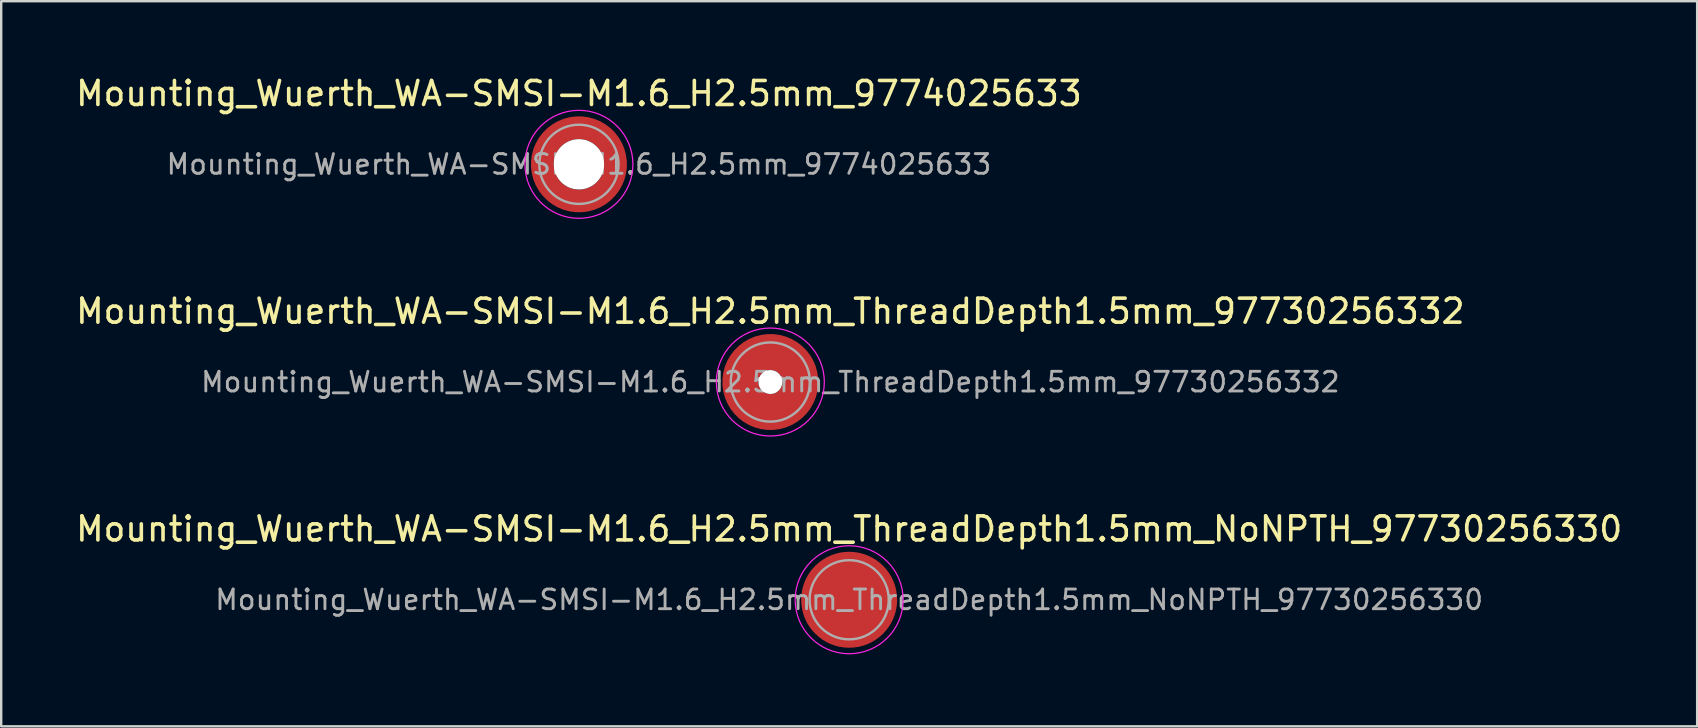
<source format=kicad_pcb>
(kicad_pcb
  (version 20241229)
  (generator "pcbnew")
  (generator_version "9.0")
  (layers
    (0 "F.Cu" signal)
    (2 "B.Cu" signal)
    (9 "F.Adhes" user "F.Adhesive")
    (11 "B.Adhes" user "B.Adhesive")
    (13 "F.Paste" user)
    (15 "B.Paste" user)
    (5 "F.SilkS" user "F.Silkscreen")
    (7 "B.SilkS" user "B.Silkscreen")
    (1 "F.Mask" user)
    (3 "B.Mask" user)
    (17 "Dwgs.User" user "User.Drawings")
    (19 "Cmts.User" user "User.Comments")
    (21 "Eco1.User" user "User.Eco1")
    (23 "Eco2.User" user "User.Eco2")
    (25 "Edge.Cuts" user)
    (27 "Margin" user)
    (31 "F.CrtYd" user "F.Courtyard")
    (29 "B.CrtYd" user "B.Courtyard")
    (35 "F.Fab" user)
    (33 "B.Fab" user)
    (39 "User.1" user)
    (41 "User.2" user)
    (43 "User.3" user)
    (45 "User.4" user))
  (footprint "Mounting_Wuerth_WA-SMSI-M1.6_H2.5mm_ThreadDepth1.5mm_97730256332"
    (layer "F.Cu")
    (at 29.054 12.871)
    (property "Reference" "Mounting_Wuerth_WA-SMSI-M1.6_H2.5mm_ThreadDepth1.5mm_97730256332" (at 0 -2.95 0) (layer "F.SilkS") (effects (font (size 1 1) (thickness 0.15))))
    (attr smd allow_soldermask_bridges)
    (fp_circle (center 0 0) (end 2.25 0) (stroke (width 0.05) (type solid)) (fill no) (layer "F.CrtYd"))
    (fp_circle (center 0 0) (end 1.65 0) (stroke (width 0.1) (type solid)) (fill no) (layer "F.Fab"))
    (fp_text user "${REFERENCE}" (at 0 0 0) (layer "F.Fab") (effects (font (size 0.82 0.82) (thickness 0.12))))
    (pad "" smd custom (at 0 -1.25) (size 0.65 0.65) (layers "F.Paste") (options (anchor circle)) (primitives (gr_arc (start -0.259808 0.6) (mid 0.392514 0.670403) (end 0.7 1.25) (width 0.2)) (gr_arc (start -0.466369 0.6) (mid 0.365311 0.538278) (end 0.8 1.25) (width 0.2)) (gr_arc (start -0.622495 0.6) (mid 0.35338 0.422279) (end 0.9 1.25) (width 0.2)) (gr_arc (start -0.759934 0.6) (mid 0.346458 0.311934) (end 1 1.25) (width 0.2)) (gr_arc (start -0.887412 0.6) (mid 0.341941 0.204497) (end 1.1 1.25) (width 0.2)) (gr_arc (start -1.008712 0.6) (mid 0.338781 0.098815) (end 1.2 1.25) (width 0.2)) (gr_arc (start -1.125833 0.6) (mid 0.336465 -0.005704) (end 1.3 1.25) (width 0.2)) (gr_arc (start -1.23996 0.6) (mid 0.334706 -0.109401) (end 1.4 1.25) (width 0.2)) (gr_arc (start -1.351851 0.6) (mid 0.333335 -0.212494) (end 1.5 1.25) (width 0.2)) (gr_arc (start -1.462019 0.6) (mid 0.332242 -0.315125) (end 1.6 1.25) (width 0.2)) (gr_arc (start -1.570828 0.6) (mid 0.331355 -0.417394) (end 1.7 1.25) (width 0.2)) (gr_arc (start -1.678541 0.6) (mid 0.330625 -0.519375) (end 1.8 1.25) (width 0.2)) (gr_line (start 0.7 1.25) (end 1.8 1.25) (width 0.2)) (gr_line (start -0.26 0.6) (end -1.679 0.6) (width 0.2))))
    (pad "" np_thru_hole circle (at 0 0) (size 1 1) (drill 1) (layers "*.Cu" "*.Mask"))
    (pad "" smd custom (at 0 1.25) (size 0.65 0.65) (layers "F.Paste") (options (anchor circle)) (primitives (gr_arc (start 0.259808 -0.6) (mid -0.392514 -0.670403) (end -0.7 -1.25) (width 0.2)) (gr_arc (start 0.466369 -0.6) (mid -0.365311 -0.538278) (end -0.8 -1.25) (width 0.2)) (gr_arc (start 0.622495 -0.6) (mid -0.35338 -0.422279) (end -0.9 -1.25) (width 0.2)) (gr_arc (start 0.759934 -0.6) (mid -0.346458 -0.311934) (end -1 -1.25) (width 0.2)) (gr_arc (start 0.887412 -0.6) (mid -0.341941 -0.204497) (end -1.1 -1.25) (width 0.2)) (gr_arc (start 1.008712 -0.6) (mid -0.338781 -0.098815) (end -1.2 -1.25) (width 0.2)) (gr_arc (start 1.125833 -0.6) (mid -0.336465 0.005704) (end -1.3 -1.25) (width 0.2)) (gr_arc (start 1.23996 -0.6) (mid -0.334706 0.109401) (end -1.4 -1.25) (width 0.2)) (gr_arc (start 1.351851 -0.6) (mid -0.333335 0.212494) (end -1.5 -1.25) (width 0.2)) (gr_arc (start 1.462019 -0.6) (mid -0.332242 0.315125) (end -1.6 -1.25) (width 0.2)) (gr_arc (start 1.570828 -0.6) (mid -0.331355 0.417394) (end -1.7 -1.25) (width 0.2)) (gr_arc (start 1.678541 -0.6) (mid -0.330625 0.519375) (end -1.8 -1.25) (width 0.2)) (gr_line (start -0.7 -1.25) (end -1.8 -1.25) (width 0.2)) (gr_line (start 0.26 -0.6) (end 1.679 -0.6) (width 0.2))))
    (pad "1" smd circle (at -1.25 0) (size 0.992 0.992) (layers "F.Cu"))
    (pad "1" smd circle (at 0 -1.25) (size 0.992 0.992) (layers "F.Cu"))
    (pad "1" smd circle (at 0 1.25) (size 0.992 0.992) (layers "F.Cu"))
    (pad "1" smd custom (at 1.25 0) (size 1.5 1.5) (layers "F.Cu" "F.Mask") (options (anchor circle)) (primitives (gr_circle (center -1.25 0) (end 0 0) (width 1.5) (fill no)))))
  (footprint "Mounting_Wuerth_WA-SMSI-M1.6_H2.5mm_9774025633"
    (layer "F.Cu")
    (at 21.077 3.798)
    (property "Reference" "Mounting_Wuerth_WA-SMSI-M1.6_H2.5mm_9774025633" (at 0 -2.95 0) (layer "F.SilkS") (effects (font (size 1 1) (thickness 0.15))))
    (attr smd allow_soldermask_bridges)
    (fp_circle (center 0 0) (end 2.25 0) (stroke (width 0.05) (type solid)) (fill no) (layer "F.CrtYd"))
    (fp_circle (center 0 0) (end 1.65 0) (stroke (width 0.1) (type solid)) (fill no) (layer "F.Fab"))
    (fp_text user "${REFERENCE}" (at 0 0 0) (layer "F.Fab") (effects (font (size 0.82 0.82) (thickness 0.12))))
    (pad "" smd custom (at -1.061 -1.061) (size 0.4 0.4) (layers "F.Paste") (options (anchor circle)) (primitives (gr_arc (start -0.101235 0.76066) (mid 0.212132 0.212132) (end 0.76066 -0.101235) (width 0.2)) (gr_arc (start -0.204251 0.76066) (mid 0.141421 0.141421) (end 0.76066 -0.204251) (width 0.2)) (gr_arc (start -0.306819 0.76066) (mid 0.070711 0.070711) (end 0.76066 -0.306819) (width 0.2)) (gr_arc (start -0.409034 0.76066) (mid 0 0) (end 0.76066 -0.409034) (width 0.2)) (gr_arc (start -0.510963 0.76066) (mid -0.070711 -0.070711) (end 0.76066 -0.510963) (width 0.2)) (gr_arc (start -0.61266 0.76066) (mid -0.141421 -0.141421) (end 0.76066 -0.61266) (width 0.2)) (gr_arc (start -0.714164 0.76066) (mid -0.212132 -0.212132) (end 0.76066 -0.714164) (width 0.2)) (gr_line (start 0.761 -0.101) (end 0.761 -0.714) (width 0.2)) (gr_line (start -0.101 0.761) (end -0.714 0.761) (width 0.2))))
    (pad "" smd custom (at -1.061 1.061) (size 0.4 0.4) (layers "F.Paste") (options (anchor circle)) (primitives (gr_arc (start 0.76066 0.101235) (mid 0.212132 -0.212132) (end -0.101235 -0.76066) (width 0.2)) (gr_arc (start 0.76066 0.204251) (mid 0.141421 -0.141421) (end -0.204251 -0.76066) (width 0.2)) (gr_arc (start 0.76066 0.306819) (mid 0.070711 -0.070711) (end -0.306819 -0.76066) (width 0.2)) (gr_arc (start 0.76066 0.409034) (mid 0 0) (end -0.409034 -0.76066) (width 0.2)) (gr_arc (start 0.76066 0.510963) (mid -0.070711 0.070711) (end -0.510963 -0.76066) (width 0.2)) (gr_arc (start 0.76066 0.61266) (mid -0.141421 0.141421) (end -0.61266 -0.76066) (width 0.2)) (gr_arc (start 0.76066 0.714164) (mid -0.212132 0.212132) (end -0.714164 -0.76066) (width 0.2)) (gr_line (start -0.101 -0.761) (end -0.714 -0.761) (width 0.2)) (gr_line (start 0.761 0.101) (end 0.761 0.714) (width 0.2))))
    (pad "" np_thru_hole circle (at 0 0) (size 2.1 2.1) (drill 2.1) (layers "*.Cu" "*.Mask"))
    (pad "" smd custom (at 1.061 -1.061) (size 0.4 0.4) (layers "F.Paste") (options (anchor circle)) (primitives (gr_arc (start -0.76066 -0.101235) (mid -0.212132 0.212132) (end 0.101235 0.76066) (width 0.2)) (gr_arc (start -0.76066 -0.204251) (mid -0.141421 0.141421) (end 0.204251 0.76066) (width 0.2)) (gr_arc (start -0.76066 -0.306819) (mid -0.070711 0.070711) (end 0.306819 0.76066) (width 0.2)) (gr_arc (start -0.76066 -0.409034) (mid 0 0) (end 0.409034 0.76066) (width 0.2)) (gr_arc (start -0.76066 -0.510963) (mid 0.070711 -0.070711) (end 0.510963 0.76066) (width 0.2)) (gr_arc (start -0.76066 -0.61266) (mid 0.141421 -0.141421) (end 0.61266 0.76066) (width 0.2)) (gr_arc (start -0.76066 -0.714164) (mid 0.212132 -0.212132) (end 0.714164 0.76066) (width 0.2)) (gr_line (start 0.101 0.761) (end 0.714 0.761) (width 0.2)) (gr_line (start -0.761 -0.101) (end -0.761 -0.714) (width 0.2))))
    (pad "" smd custom (at 1.061 1.061) (size 0.4 0.4) (layers "F.Paste") (options (anchor circle)) (primitives (gr_arc (start 0.101235 -0.76066) (mid -0.212132 -0.212132) (end -0.76066 0.101235) (width 0.2)) (gr_arc (start 0.204251 -0.76066) (mid -0.141421 -0.141421) (end -0.76066 0.204251) (width 0.2)) (gr_arc (start 0.306819 -0.76066) (mid -0.070711 -0.070711) (end -0.76066 0.306819) (width 0.2)) (gr_arc (start 0.409034 -0.76066) (mid 0 0) (end -0.76066 0.409034) (width 0.2)) (gr_arc (start 0.510963 -0.76066) (mid 0.070711 0.070711) (end -0.76066 0.510963) (width 0.2)) (gr_arc (start 0.61266 -0.76066) (mid 0.141421 0.141421) (end -0.76066 0.61266) (width 0.2)) (gr_arc (start 0.714164 -0.76066) (mid 0.212132 0.212132) (end -0.76066 0.714164) (width 0.2)) (gr_line (start -0.761 0.101) (end -0.761 0.714) (width 0.2)) (gr_line (start 0.101 -0.761) (end 0.714 -0.761) (width 0.2))))
    (pad "1" smd circle (at -1.525 0) (size 0.442 0.442) (layers "F.Cu"))
    (pad "1" smd circle (at 0 -1.525) (size 0.442 0.442) (layers "F.Cu"))
    (pad "1" smd circle (at 0 1.525) (size 0.442 0.442) (layers "F.Cu"))
    (pad "1" smd custom (at 1.525 0) (size 0.95 0.95) (layers "F.Cu" "F.Mask") (options (anchor circle)) (primitives (gr_circle (center -1.525 0) (end 0 0) (width 0.95) (fill no)))))
  (footprint "Mounting_Wuerth_WA-SMSI-M1.6_H2.5mm_ThreadDepth1.5mm_NoNPTH_97730256330"
    (layer "F.Cu")
    (at 32.339 21.945)
    (property "Reference" "Mounting_Wuerth_WA-SMSI-M1.6_H2.5mm_ThreadDepth1.5mm_NoNPTH_97730256330" (at 0 -2.95 0) (layer "F.SilkS") (effects (font (size 1 1) (thickness 0.15))))
    (attr smd allow_soldermask_bridges)
    (fp_circle (center 0 0) (end 2.25 0) (stroke (width 0.05) (type solid)) (fill no) (layer "F.CrtYd"))
    (fp_circle (center 0 0) (end 1.65 0) (stroke (width 0.1) (type solid)) (fill no) (layer "F.Fab"))
    (fp_text user "${REFERENCE}" (at 0 0 0) (layer "F.Fab") (effects (font (size 0.82 0.82) (thickness 0.12))))
    (pad "" smd custom (at -0.778 -0.778) (size 0.8 0.8) (layers "F.Paste") (options (anchor circle)) (primitives (gr_arc (start 0.465568 0.527817) (mid 0.494975 0.494975) (end 0.527817 0.465568) (width 0.2)) (gr_arc (start 0.344805 0.527817) (mid 0.424264 0.424264) (end 0.527817 0.344805) (width 0.2)) (gr_arc (start 0.232382 0.527817) (mid 0.353553 0.353553) (end 0.527817 0.232382) (width 0.2)) (gr_arc (start 0.123983 0.527817) (mid 0.282843 0.282843) (end 0.527817 0.123983) (width 0.2)) (gr_arc (start 0.017883 0.527817) (mid 0.212132 0.212132) (end 0.527817 0.017883) (width 0.2)) (gr_arc (start -0.086763 0.527817) (mid 0.141421 0.141421) (end 0.527817 -0.086763) (width 0.2)) (gr_arc (start -0.190428 0.527817) (mid 0.070711 0.070711) (end 0.527817 -0.190428) (width 0.2)) (gr_arc (start -0.293397 0.527817) (mid 0 0) (end 0.527817 -0.293397) (width 0.2)) (gr_arc (start -0.395852 0.527817) (mid -0.070711 -0.070711) (end 0.527817 -0.395852) (width 0.2)) (gr_arc (start -0.497918 0.527817) (mid -0.141421 -0.141421) (end 0.527817 -0.497918) (width 0.2)) (gr_arc (start -0.59968 0.527817) (mid -0.212132 -0.212132) (end 0.527817 -0.59968) (width 0.2)) (gr_arc (start -0.701202 0.527817) (mid -0.282843 -0.282843) (end 0.527817 -0.701202) (width 0.2)) (gr_arc (start -0.802531 0.527817) (mid -0.353553 -0.353553) (end 0.527817 -0.802531) (width 0.2)) (gr_arc (start -0.9037 0.527817) (mid -0.424264 -0.424264) (end 0.527817 -0.9037) (width 0.2)) (gr_arc (start -1.004737 0.527817) (mid -0.494975 -0.494975) (end 0.527817 -1.004737) (width 0.2)) (gr_line (start 0.528 0.466) (end 0.528 -1.005) (width 0.2)) (gr_line (start 0.466 0.528) (end -1.005 0.528) (width 0.2))))
    (pad "" smd custom (at -0.778 0.778) (size 0.8 0.8) (layers "F.Paste") (options (anchor circle)) (primitives (gr_arc (start 0.527817 -0.465568) (mid 0.494975 -0.494975) (end 0.465568 -0.527817) (width 0.2)) (gr_arc (start 0.527817 -0.344805) (mid 0.424264 -0.424264) (end 0.344805 -0.527817) (width 0.2)) (gr_arc (start 0.527817 -0.232382) (mid 0.353553 -0.353553) (end 0.232382 -0.527817) (width 0.2)) (gr_arc (start 0.527817 -0.123983) (mid 0.282843 -0.282843) (end 0.123983 -0.527817) (width 0.2)) (gr_arc (start 0.527817 -0.017883) (mid 0.212132 -0.212132) (end 0.017883 -0.527817) (width 0.2)) (gr_arc (start 0.527817 0.086763) (mid 0.141421 -0.141421) (end -0.086763 -0.527817) (width 0.2)) (gr_arc (start 0.527817 0.190428) (mid 0.070711 -0.070711) (end -0.190428 -0.527817) (width 0.2)) (gr_arc (start 0.527817 0.293397) (mid 0 0) (end -0.293397 -0.527817) (width 0.2)) (gr_arc (start 0.527817 0.395852) (mid -0.070711 0.070711) (end -0.395852 -0.527817) (width 0.2)) (gr_arc (start 0.527817 0.497918) (mid -0.141421 0.141421) (end -0.497918 -0.527817) (width 0.2)) (gr_arc (start 0.527817 0.59968) (mid -0.212132 0.212132) (end -0.59968 -0.527817) (width 0.2)) (gr_arc (start 0.527817 0.701202) (mid -0.282843 0.282843) (end -0.701202 -0.527817) (width 0.2)) (gr_arc (start 0.527817 0.802531) (mid -0.353553 0.353553) (end -0.802531 -0.527817) (width 0.2)) (gr_arc (start 0.527817 0.9037) (mid -0.424264 0.424264) (end -0.9037 -0.527817) (width 0.2)) (gr_arc (start 0.527817 1.004737) (mid -0.494975 0.494975) (end -1.004737 -0.527817) (width 0.2)) (gr_line (start 0.466 -0.528) (end -1.005 -0.528) (width 0.2)) (gr_line (start 0.528 -0.466) (end 0.528 1.005) (width 0.2))))
    (pad "" smd custom (at 0.778 -0.778) (size 0.8 0.8) (layers "F.Paste") (options (anchor circle)) (primitives (gr_arc (start -0.527817 0.465568) (mid -0.494975 0.494975) (end -0.465568 0.527817) (width 0.2)) (gr_arc (start -0.527817 0.344805) (mid -0.424264 0.424264) (end -0.344805 0.527817) (width 0.2)) (gr_arc (start -0.527817 0.232382) (mid -0.353553 0.353553) (end -0.232382 0.527817) (width 0.2)) (gr_arc (start -0.527817 0.123983) (mid -0.282843 0.282843) (end -0.123983 0.527817) (width 0.2)) (gr_arc (start -0.527817 0.017883) (mid -0.212132 0.212132) (end -0.017883 0.527817) (width 0.2)) (gr_arc (start -0.527817 -0.086763) (mid -0.141421 0.141421) (end 0.086763 0.527817) (width 0.2)) (gr_arc (start -0.527817 -0.190428) (mid -0.070711 0.070711) (end 0.190428 0.527817) (width 0.2)) (gr_arc (start -0.527817 -0.293397) (mid 0 0) (end 0.293397 0.527817) (width 0.2)) (gr_arc (start -0.527817 -0.395852) (mid 0.070711 -0.070711) (end 0.395852 0.527817) (width 0.2)) (gr_arc (start -0.527817 -0.497918) (mid 0.141421 -0.141421) (end 0.497918 0.527817) (width 0.2)) (gr_arc (start -0.527817 -0.59968) (mid 0.212132 -0.212132) (end 0.59968 0.527817) (width 0.2)) (gr_arc (start -0.527817 -0.701202) (mid 0.282843 -0.282843) (end 0.701202 0.527817) (width 0.2)) (gr_arc (start -0.527817 -0.802531) (mid 0.353553 -0.353553) (end 0.802531 0.527817) (width 0.2)) (gr_arc (start -0.527817 -0.9037) (mid 0.424264 -0.424264) (end 0.9037 0.527817) (width 0.2)) (gr_arc (start -0.527817 -1.004737) (mid 0.494975 -0.494975) (end 1.004737 0.527817) (width 0.2)) (gr_line (start -0.466 0.528) (end 1.005 0.528) (width 0.2)) (gr_line (start -0.528 0.466) (end -0.528 -1.005) (width 0.2))))
    (pad "" smd custom (at 0.778 0.778) (size 0.8 0.8) (layers "F.Paste") (options (anchor circle)) (primitives (gr_arc (start -0.465568 -0.527817) (mid -0.494975 -0.494975) (end -0.527817 -0.465568) (width 0.2)) (gr_arc (start -0.344805 -0.527817) (mid -0.424264 -0.424264) (end -0.527817 -0.344805) (width 0.2)) (gr_arc (start -0.232382 -0.527817) (mid -0.353553 -0.353553) (end -0.527817 -0.232382) (width 0.2)) (gr_arc (start -0.123983 -0.527817) (mid -0.282843 -0.282843) (end -0.527817 -0.123983) (width 0.2)) (gr_arc (start -0.017883 -0.527817) (mid -0.212132 -0.212132) (end -0.527817 -0.017883) (width 0.2)) (gr_arc (start 0.086763 -0.527817) (mid -0.141421 -0.141421) (end -0.527817 0.086763) (width 0.2)) (gr_arc (start 0.190428 -0.527817) (mid -0.070711 -0.070711) (end -0.527817 0.190428) (width 0.2)) (gr_arc (start 0.293397 -0.527817) (mid 0 0) (end -0.527817 0.293397) (width 0.2)) (gr_arc (start 0.395852 -0.527817) (mid 0.070711 0.070711) (end -0.527817 0.395852) (width 0.2)) (gr_arc (start 0.497918 -0.527817) (mid 0.141421 0.141421) (end -0.527817 0.497918) (width 0.2)) (gr_arc (start 0.59968 -0.527817) (mid 0.212132 0.212132) (end -0.527817 0.59968) (width 0.2)) (gr_arc (start 0.701202 -0.527817) (mid 0.282843 0.282843) (end -0.527817 0.701202) (width 0.2)) (gr_arc (start 0.802531 -0.527817) (mid 0.353553 0.353553) (end -0.527817 0.802531) (width 0.2)) (gr_arc (start 0.9037 -0.527817) (mid 0.424264 0.424264) (end -0.527817 0.9037) (width 0.2)) (gr_arc (start 1.004737 -0.527817) (mid 0.494975 0.494975) (end -0.527817 1.004737) (width 0.2)) (gr_line (start -0.528 -0.466) (end -0.528 1.005) (width 0.2)) (gr_line (start -0.466 -0.528) (end 1.005 -0.528) (width 0.2))))
    (pad "1" smd circle (at 0 0) (size 4 4) (layers "F.Cu" "F.Mask")))
  (gr_rect
    (start -3 -3)
    (end 67.679 27.22)
    (stroke (width 0.1) (type default))
    (fill no)
    (layer "Edge.Cuts")))
</source>
